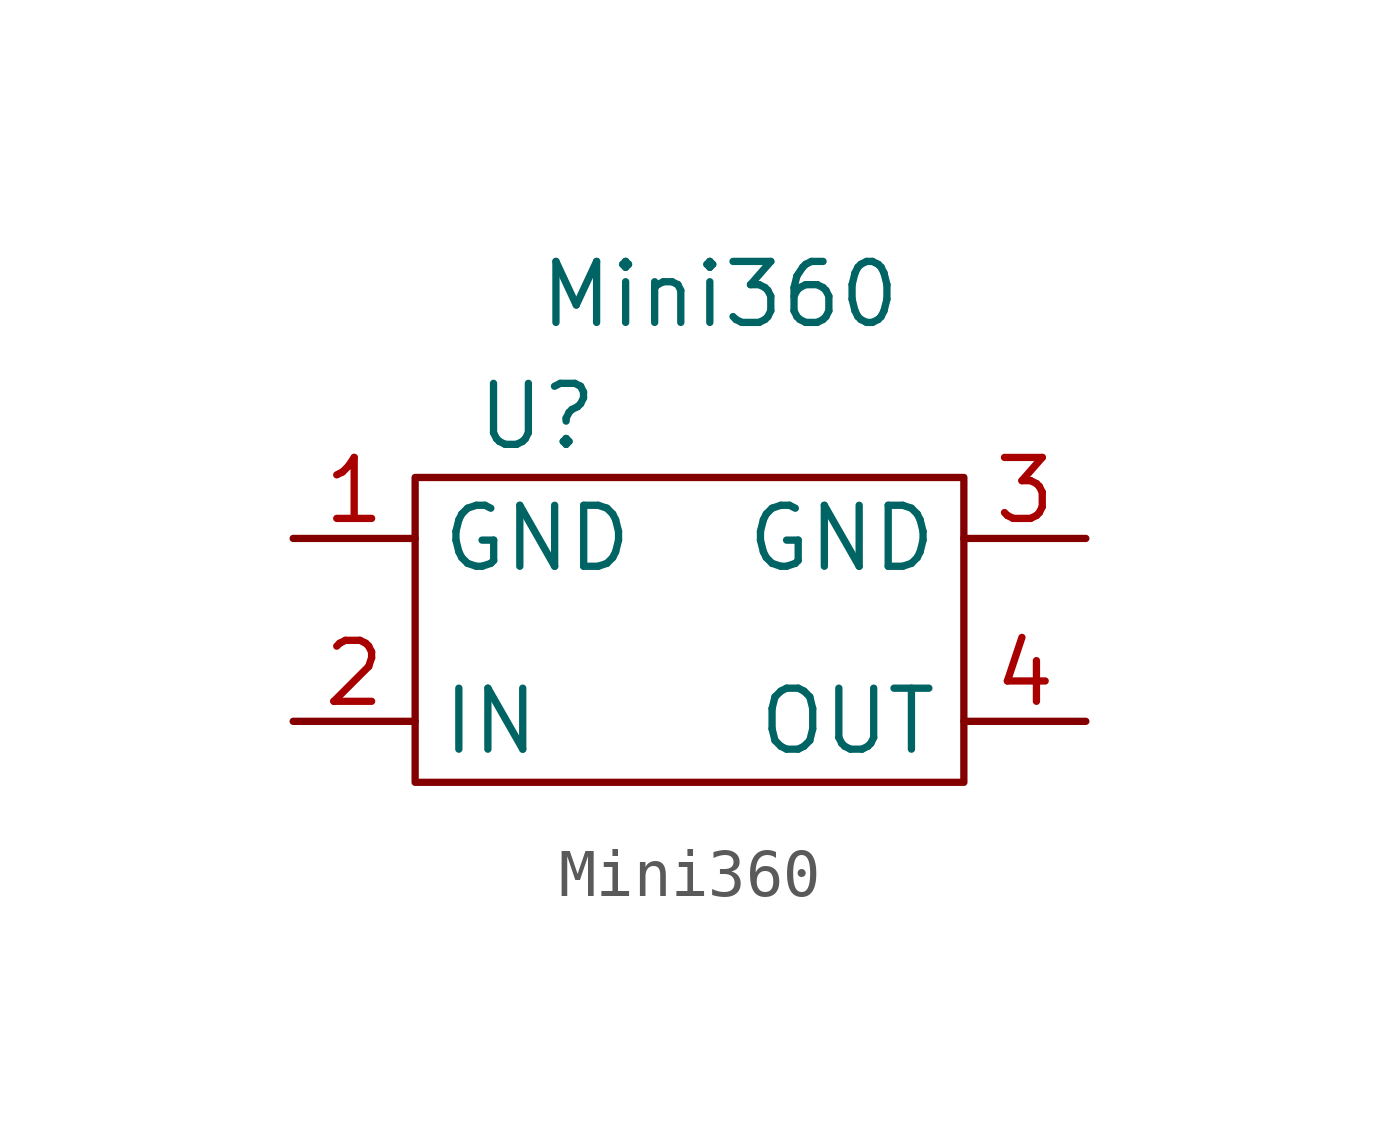
<source format=kicad_sym>
(kicad_symbol_lib
  (version 20220914)
  (generator kicad_symbol_editor)
  (symbol "Mini360"
    (property "Reference" "U"
      (at 2.54 7.62 0)
      (effects (font (size 1.27 1.27))))
    (property "Value" "Mini360"
      (at 6.35 10.16 0)
      (effects (font (size 1.27 1.27))))
    (symbol "Mini360_0_1"
      (rectangle (start 0 6.35) (end 11.43 0) (stroke (width 0) (type default)) (fill (type none))))
    (symbol "Mini360_1_1"
      (pin power_in line (at -2.54 5.08 0) (length 2.54) (name "GND" (effects (font (size 1.27 1.27)))) (number "1" (effects (font (size 1.27 1.27)))))
      (pin power_in line (at -2.54 1.27 0) (length 2.54) (name "IN" (effects (font (size 1.27 1.27)))) (number "2" (effects (font (size 1.27 1.27)))))
      (pin power_out line (at 13.97 5.08 180) (length 2.54) (name "GND" (effects (font (size 1.27 1.27)))) (number "3" (effects (font (size 1.27 1.27)))))
      (pin power_out line (at 13.97 1.27 180) (length 2.54) (name "OUT" (effects (font (size 1.27 1.27)))) (number "4" (effects (font (size 1.27 1.27))))))))
</source>
